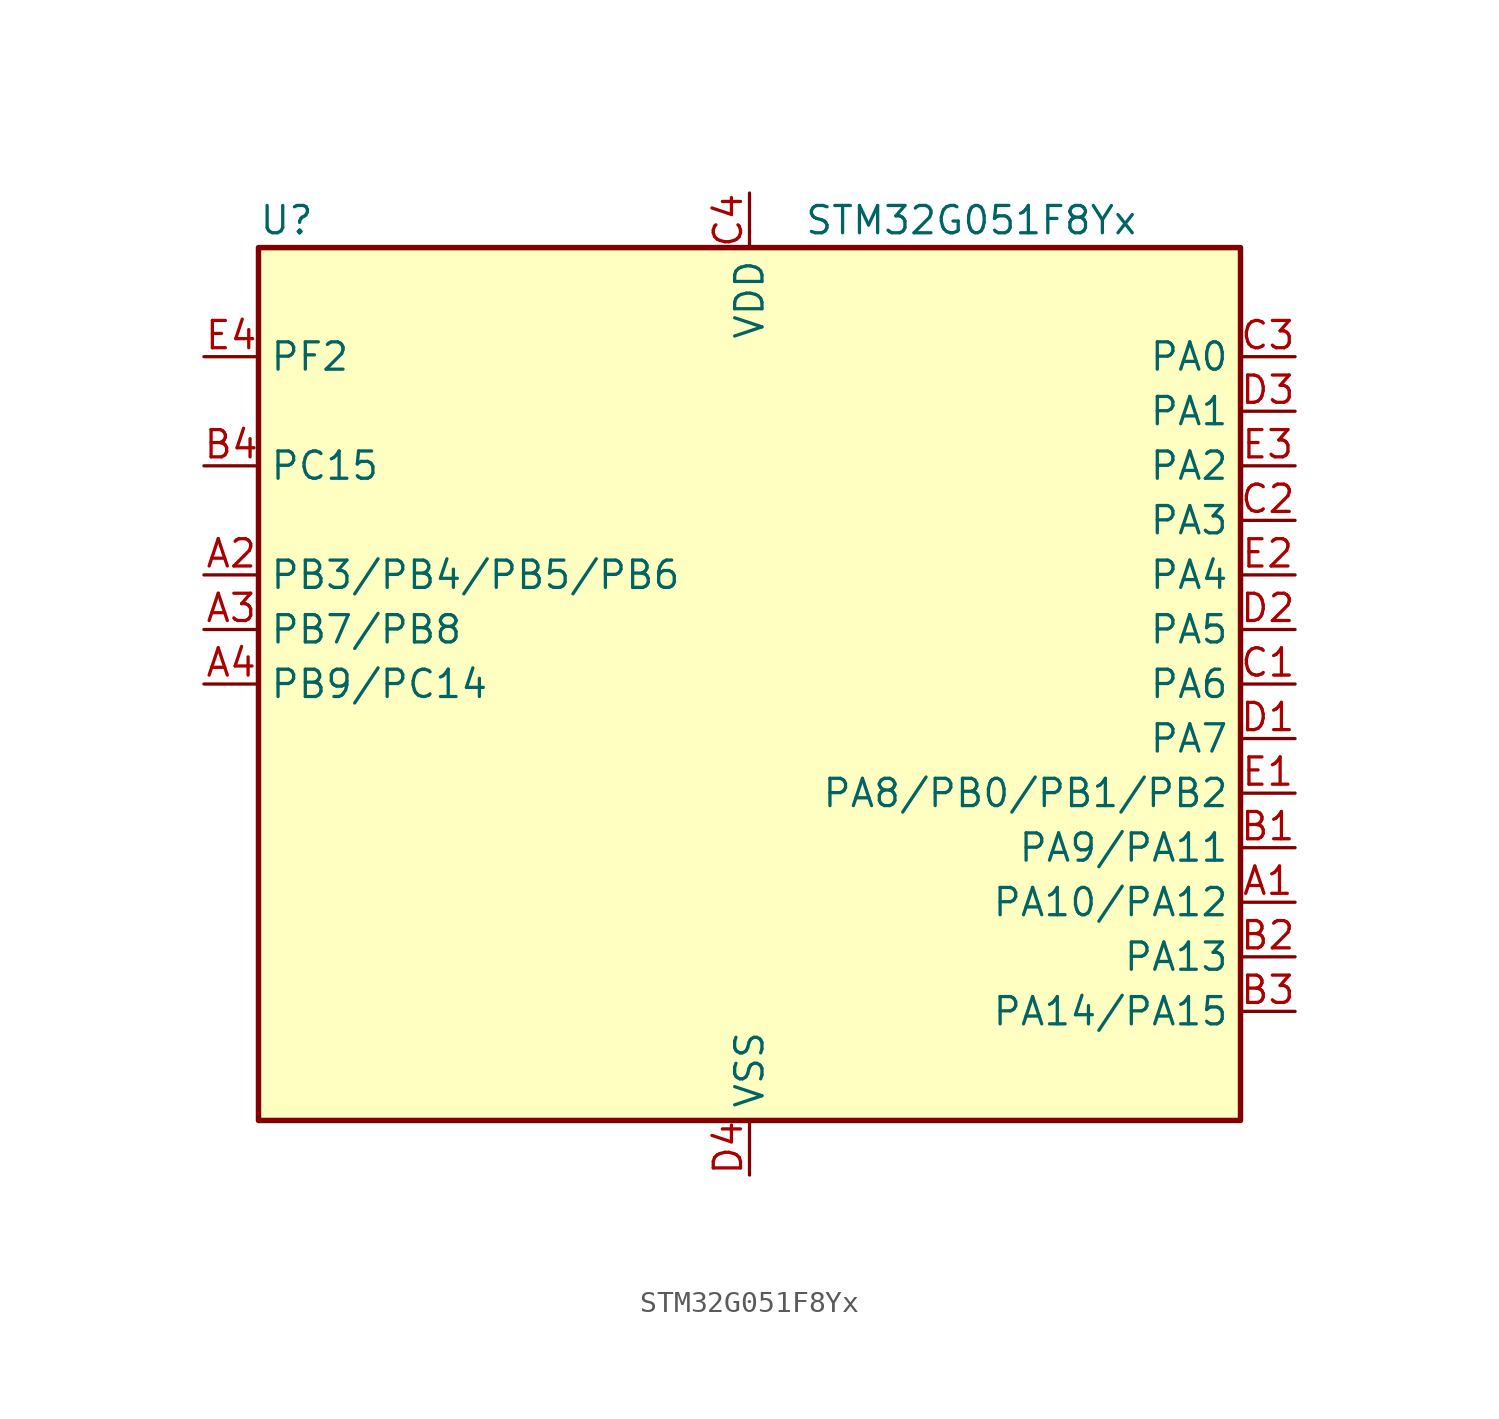
<source format=kicad_sym>
(kicad_symbol_lib
  (version 20231120)
  (generator "kicad-library-utils")
  (generator_version "8.0")
  (symbol "STM32G051F8Yx"
    (property "Reference" "U"
      (at -22.86 21.59 0)
      (effects (font (size 1.27 1.27)) (justify left)))
    (property "Value" "STM32G051F8Yx"
      (at 2.54 21.59 0)
      (effects (font (size 1.27 1.27)) (justify left)))
    (symbol "STM32G051F8Yx_0_1"
      (rectangle (start -22.86 -20.32) (end 22.86 20.32) (stroke (width 0.254) (type default)) (fill (type background))))
    (symbol "STM32G051F8Yx_1_1"
      (pin bidirectional line (at 25.4 -10.16 180) (length 2.54) (name "PA10/PA12" (effects (font (size 1.27 1.27)))) (number "A1" (effects (font (size 1.27 1.27)))) (alternate "PA10" bidirectional line) (alternate "I2C1_SDA (PA10)" bidirectional line) (alternate "SPI2_MOSI (PA10)" bidirectional line) (alternate "TIM17_BK (PA10)" bidirectional line) (alternate "TIM1_CH3 (PA10)" bidirectional line) (alternate "USART1_RX (PA10)" bidirectional line) (alternate "PA12" bidirectional line) (alternate "ADC1_IN16 (PA12)" bidirectional line) (alternate "COMP2_OUT (PA12)" bidirectional line) (alternate "I2C2_SDA (PA12)" bidirectional line) (alternate "I2S1_SD (PA12)" bidirectional line) (alternate "I2S_CKIN (PA12)" bidirectional line) (alternate "SPI1_MOSI (PA12)" bidirectional line) (alternate "TIM1_ETR (PA12)" bidirectional line) (alternate "USART1_CK (PA12)" bidirectional line) (alternate "USART1_DE (PA12)" bidirectional line) (alternate "USART1_RTS (PA12)" bidirectional line))
      (pin bidirectional line (at -25.4 5.08 0) (length 2.54) (name "PB3/PB4/PB5/PB6" (effects (font (size 1.27 1.27)))) (number "A2" (effects (font (size 1.27 1.27)))) (alternate "PB3" bidirectional line) (alternate "COMP2_INM (PB3)" bidirectional line) (alternate "I2S1_CK (PB3)" bidirectional line) (alternate "SPI1_SCK (PB3)" bidirectional line) (alternate "TIM1_CH2 (PB3)" bidirectional line) (alternate "TIM2_CH2 (PB3)" bidirectional line) (alternate "USART1_CK (PB3)" bidirectional line) (alternate "USART1_DE (PB3)" bidirectional line) (alternate "USART1_RTS (PB3)" bidirectional line) (alternate "PB4" bidirectional line) (alternate "COMP2_INP (PB4)" bidirectional line) (alternate "I2S1_MCK (PB4)" bidirectional line) (alternate "SPI1_MISO (PB4)" bidirectional line) (alternate "TIM17_BK (PB4)" bidirectional line) (alternate "TIM3_CH1 (PB4)" bidirectional line) (alternate "USART1_CTS (PB4)" bidirectional line) (alternate "USART1_NSS (PB4)" bidirectional line) (alternate "PB5" bidirectional line) (alternate "COMP2_OUT (PB5)" bidirectional line) (alternate "I2C1_SMBA (PB5)" bidirectional line) (alternate "I2S1_SD (PB5)" bidirectional line) (alternate "LPTIM1_IN1 (PB5)" bidirectional line) (alternate "SPI1_MOSI (PB5)" bidirectional line) (alternate "SYS_WKUP6 (PB5)" bidirectional line) (alternate "TIM16_BK (PB5)" bidirectional line) (alternate "TIM3_CH2 (PB5)" bidirectional line) (alternate "PB6" bidirectional line) (alternate "COMP2_INP (PB6)" bidirectional line) (alternate "I2C1_SCL (PB6)" bidirectional line) (alternate "LPTIM1_ETR (PB6)" bidirectional line) (alternate "SPI2_MISO (PB6)" bidirectional line) (alternate "TIM16_CH1N (PB6)" bidirectional line) (alternate "TIM1_CH3 (PB6)" bidirectional line) (alternate "USART1_TX (PB6)" bidirectional line))
      (pin bidirectional line (at -25.4 2.54 0) (length 2.54) (name "PB7/PB8" (effects (font (size 1.27 1.27)))) (number "A3" (effects (font (size 1.27 1.27)))) (alternate "PB7" bidirectional line) (alternate "ADC1_IN11 (PB7)" bidirectional line) (alternate "COMP2_INM (PB7)" bidirectional line) (alternate "I2C1_SDA (PB7)" bidirectional line) (alternate "LPTIM1_IN2 (PB7)" bidirectional line) (alternate "SPI2_MOSI (PB7)" bidirectional line) (alternate "SYS_PVD_IN (PB7)" bidirectional line) (alternate "TIM17_CH1N (PB7)" bidirectional line) (alternate "USART1_RX (PB7)" bidirectional line) (alternate "PB8" bidirectional line) (alternate "I2C1_SCL (PB8)" bidirectional line) (alternate "SPI2_SCK (PB8)" bidirectional line) (alternate "TIM15_BK (PB8)" bidirectional line) (alternate "TIM16_CH1 (PB8)" bidirectional line))
      (pin bidirectional line (at -25.4 0 0) (length 2.54) (name "PB9/PC14" (effects (font (size 1.27 1.27)))) (number "A4" (effects (font (size 1.27 1.27)))) (alternate "PB9" bidirectional line) (alternate "DAC1_EXTI9 (PB9)" bidirectional line) (alternate "I2C1_SDA (PB9)" bidirectional line) (alternate "IR_OUT (PB9)" bidirectional line) (alternate "SPI2_NSS (PB9)" bidirectional line) (alternate "TIM17_CH1 (PB9)" bidirectional line) (alternate "PC14" bidirectional line) (alternate "RCC_OSC32_IN (PC14)" bidirectional line) (alternate "RCC_OSC_IN (PC14)" bidirectional line) (alternate "TIM1_BK2 (PC14)" bidirectional line))
      (pin bidirectional line (at 25.4 -7.62 180) (length 2.54) (name "PA9/PA11" (effects (font (size 1.27 1.27)))) (number "B1" (effects (font (size 1.27 1.27)))) (alternate "PA9" bidirectional line) (alternate "DAC1_EXTI9 (PA9)" bidirectional line) (alternate "I2C1_SCL (PA9)" bidirectional line) (alternate "RCC_MCO (PA9)" bidirectional line) (alternate "SPI2_MISO (PA9)" bidirectional line) (alternate "TIM15_BK (PA9)" bidirectional line) (alternate "TIM1_CH2 (PA9)" bidirectional line) (alternate "USART1_TX (PA9)" bidirectional line) (alternate "PA11" bidirectional line) (alternate "ADC1_EXTI11 (PA11)" bidirectional line) (alternate "ADC1_IN15 (PA11)" bidirectional line) (alternate "COMP1_OUT (PA11)" bidirectional line) (alternate "I2C2_SCL (PA11)" bidirectional line) (alternate "I2S1_MCK (PA11)" bidirectional line) (alternate "SPI1_MISO (PA11)" bidirectional line) (alternate "TIM1_BK2 (PA11)" bidirectional line) (alternate "TIM1_CH4 (PA11)" bidirectional line) (alternate "USART1_CTS (PA11)" bidirectional line) (alternate "USART1_NSS (PA11)" bidirectional line))
      (pin bidirectional line (at 25.4 -12.7 180) (length 2.54) (name "PA13" (effects (font (size 1.27 1.27)))) (number "B2" (effects (font (size 1.27 1.27)))) (alternate "ADC1_IN17" bidirectional line) (alternate "IR_OUT" bidirectional line) (alternate "SYS_SWDIO" bidirectional line))
      (pin bidirectional line (at 25.4 -15.24 180) (length 2.54) (name "PA14/PA15" (effects (font (size 1.27 1.27)))) (number "B3" (effects (font (size 1.27 1.27)))) (alternate "PA14" bidirectional line) (alternate "ADC1_IN18 (PA14)" bidirectional line) (alternate "SYS_SWCLK (PA14)" bidirectional line) (alternate "USART2_TX (PA14)" bidirectional line) (alternate "PA15" bidirectional line) (alternate "I2S1_WS (PA15)" bidirectional line) (alternate "SPI1_NSS (PA15)" bidirectional line) (alternate "TIM2_CH1 (PA15)" bidirectional line) (alternate "TIM2_ETR (PA15)" bidirectional line) (alternate "USART2_RX (PA15)" bidirectional line))
      (pin bidirectional line (at -25.4 10.16 0) (length 2.54) (name "PC15" (effects (font (size 1.27 1.27)))) (number "B4" (effects (font (size 1.27 1.27)))) (alternate "RCC_OSC32_EN" bidirectional line) (alternate "RCC_OSC32_OUT" bidirectional line) (alternate "RCC_OSC_EN" bidirectional line) (alternate "TIM15_BK" bidirectional line))
      (pin bidirectional line (at 25.4 0 180) (length 2.54) (name "PA6" (effects (font (size 1.27 1.27)))) (number "C1" (effects (font (size 1.27 1.27)))) (alternate "ADC1_IN6" bidirectional line) (alternate "COMP1_OUT" bidirectional line) (alternate "I2S1_MCK" bidirectional line) (alternate "LPUART1_CTS" bidirectional line) (alternate "SPI1_MISO" bidirectional line) (alternate "TIM16_CH1" bidirectional line) (alternate "TIM1_BK" bidirectional line) (alternate "TIM3_CH1" bidirectional line))
      (pin bidirectional line (at 25.4 7.62 180) (length 2.54) (name "PA3" (effects (font (size 1.27 1.27)))) (number "C2" (effects (font (size 1.27 1.27)))) (alternate "ADC1_IN3" bidirectional line) (alternate "COMP2_INP" bidirectional line) (alternate "LPUART1_RX" bidirectional line) (alternate "SPI2_MISO" bidirectional line) (alternate "TIM15_CH2" bidirectional line) (alternate "TIM2_CH4" bidirectional line) (alternate "USART2_RX" bidirectional line))
      (pin bidirectional line (at 25.4 15.24 180) (length 2.54) (name "PA0" (effects (font (size 1.27 1.27)))) (number "C3" (effects (font (size 1.27 1.27)))) (alternate "ADC1_IN0" bidirectional line) (alternate "COMP1_INM" bidirectional line) (alternate "COMP1_OUT" bidirectional line) (alternate "LPTIM1_OUT" bidirectional line) (alternate "RTC_TAMP_IN2" bidirectional line) (alternate "SPI2_SCK" bidirectional line) (alternate "SYS_WKUP1" bidirectional line) (alternate "TIM2_CH1" bidirectional line) (alternate "TIM2_ETR" bidirectional line) (alternate "USART2_CTS" bidirectional line) (alternate "USART2_NSS" bidirectional line))
      (pin power_in line (at 0 22.86 270) (length 2.54) (name "VDD" (effects (font (size 1.27 1.27)))) (number "C4" (effects (font (size 1.27 1.27)))))
      (pin bidirectional line (at 25.4 -2.54 180) (length 2.54) (name "PA7" (effects (font (size 1.27 1.27)))) (number "D1" (effects (font (size 1.27 1.27)))) (alternate "ADC1_IN7" bidirectional line) (alternate "COMP2_OUT" bidirectional line) (alternate "I2S1_SD" bidirectional line) (alternate "SPI1_MOSI" bidirectional line) (alternate "TIM14_CH1" bidirectional line) (alternate "TIM17_CH1" bidirectional line) (alternate "TIM1_CH1N" bidirectional line) (alternate "TIM3_CH2" bidirectional line))
      (pin bidirectional line (at 25.4 2.54 180) (length 2.54) (name "PA5" (effects (font (size 1.27 1.27)))) (number "D2" (effects (font (size 1.27 1.27)))) (alternate "ADC1_IN5" bidirectional line) (alternate "DAC1_OUT2" bidirectional line) (alternate "I2S1_CK" bidirectional line) (alternate "LPTIM2_ETR" bidirectional line) (alternate "SPI1_SCK" bidirectional line) (alternate "TIM2_CH1" bidirectional line) (alternate "TIM2_ETR" bidirectional line))
      (pin bidirectional line (at 25.4 12.7 180) (length 2.54) (name "PA1" (effects (font (size 1.27 1.27)))) (number "D3" (effects (font (size 1.27 1.27)))) (alternate "ADC1_IN1" bidirectional line) (alternate "COMP1_INP" bidirectional line) (alternate "I2C1_SMBA" bidirectional line) (alternate "I2S1_CK" bidirectional line) (alternate "SPI1_SCK" bidirectional line) (alternate "TIM15_CH1N" bidirectional line) (alternate "TIM2_CH2" bidirectional line) (alternate "USART2_CK" bidirectional line) (alternate "USART2_DE" bidirectional line) (alternate "USART2_RTS" bidirectional line))
      (pin power_in line (at 0 -22.86 90) (length 2.54) (name "VSS" (effects (font (size 1.27 1.27)))) (number "D4" (effects (font (size 1.27 1.27)))))
      (pin bidirectional line (at 25.4 -5.08 180) (length 2.54) (name "PA8/PB0/PB1/PB2" (effects (font (size 1.27 1.27)))) (number "E1" (effects (font (size 1.27 1.27)))) (alternate "PA8" bidirectional line) (alternate "LPTIM2_OUT (PA8)" bidirectional line) (alternate "RCC_MCO (PA8)" bidirectional line) (alternate "SPI2_NSS (PA8)" bidirectional line) (alternate "TIM1_CH1 (PA8)" bidirectional line) (alternate "PB0" bidirectional line) (alternate "ADC1_IN8 (PB0)" bidirectional line) (alternate "COMP1_OUT (PB0)" bidirectional line) (alternate "I2S1_WS (PB0)" bidirectional line) (alternate "LPTIM1_OUT (PB0)" bidirectional line) (alternate "SPI1_NSS (PB0)" bidirectional line) (alternate "TIM1_CH2N (PB0)" bidirectional line) (alternate "TIM3_CH3 (PB0)" bidirectional line) (alternate "PB1" bidirectional line) (alternate "ADC1_IN9 (PB1)" bidirectional line) (alternate "COMP1_INM (PB1)" bidirectional line) (alternate "LPTIM2_IN1 (PB1)" bidirectional line) (alternate "LPUART1_DE (PB1)" bidirectional line) (alternate "LPUART1_RTS (PB1)" bidirectional line) (alternate "TIM14_CH1 (PB1)" bidirectional line) (alternate "TIM1_CH3N (PB1)" bidirectional line) (alternate "TIM3_CH4 (PB1)" bidirectional line) (alternate "PB2" bidirectional line) (alternate "ADC1_IN10 (PB2)" bidirectional line) (alternate "COMP1_INP (PB2)" bidirectional line) (alternate "LPTIM1_OUT (PB2)" bidirectional line) (alternate "SPI2_MISO (PB2)" bidirectional line))
      (pin bidirectional line (at 25.4 5.08 180) (length 2.54) (name "PA4" (effects (font (size 1.27 1.27)))) (number "E2" (effects (font (size 1.27 1.27)))) (alternate "ADC1_IN4" bidirectional line) (alternate "DAC1_OUT1" bidirectional line) (alternate "I2S1_WS" bidirectional line) (alternate "LPTIM2_OUT" bidirectional line) (alternate "RTC_OUT1" bidirectional line) (alternate "RTC_TAMP_IN1" bidirectional line) (alternate "RTC_TS" bidirectional line) (alternate "SPI1_NSS" bidirectional line) (alternate "SPI2_MOSI" bidirectional line) (alternate "SYS_WKUP2" bidirectional line) (alternate "TIM14_CH1" bidirectional line))
      (pin bidirectional line (at 25.4 10.16 180) (length 2.54) (name "PA2" (effects (font (size 1.27 1.27)))) (number "E3" (effects (font (size 1.27 1.27)))) (alternate "ADC1_IN2" bidirectional line) (alternate "COMP2_INM" bidirectional line) (alternate "COMP2_OUT" bidirectional line) (alternate "I2S1_SD" bidirectional line) (alternate "LPUART1_TX" bidirectional line) (alternate "RCC_LSCO" bidirectional line) (alternate "SPI1_MOSI" bidirectional line) (alternate "SYS_WKUP4" bidirectional line) (alternate "TIM15_CH1" bidirectional line) (alternate "TIM2_CH3" bidirectional line) (alternate "USART2_TX" bidirectional line))
      (pin bidirectional line (at -25.4 15.24 0) (length 2.54) (name "PF2" (effects (font (size 1.27 1.27)))) (number "E4" (effects (font (size 1.27 1.27)))) (alternate "RCC_MCO" bidirectional line)))))
</source>
